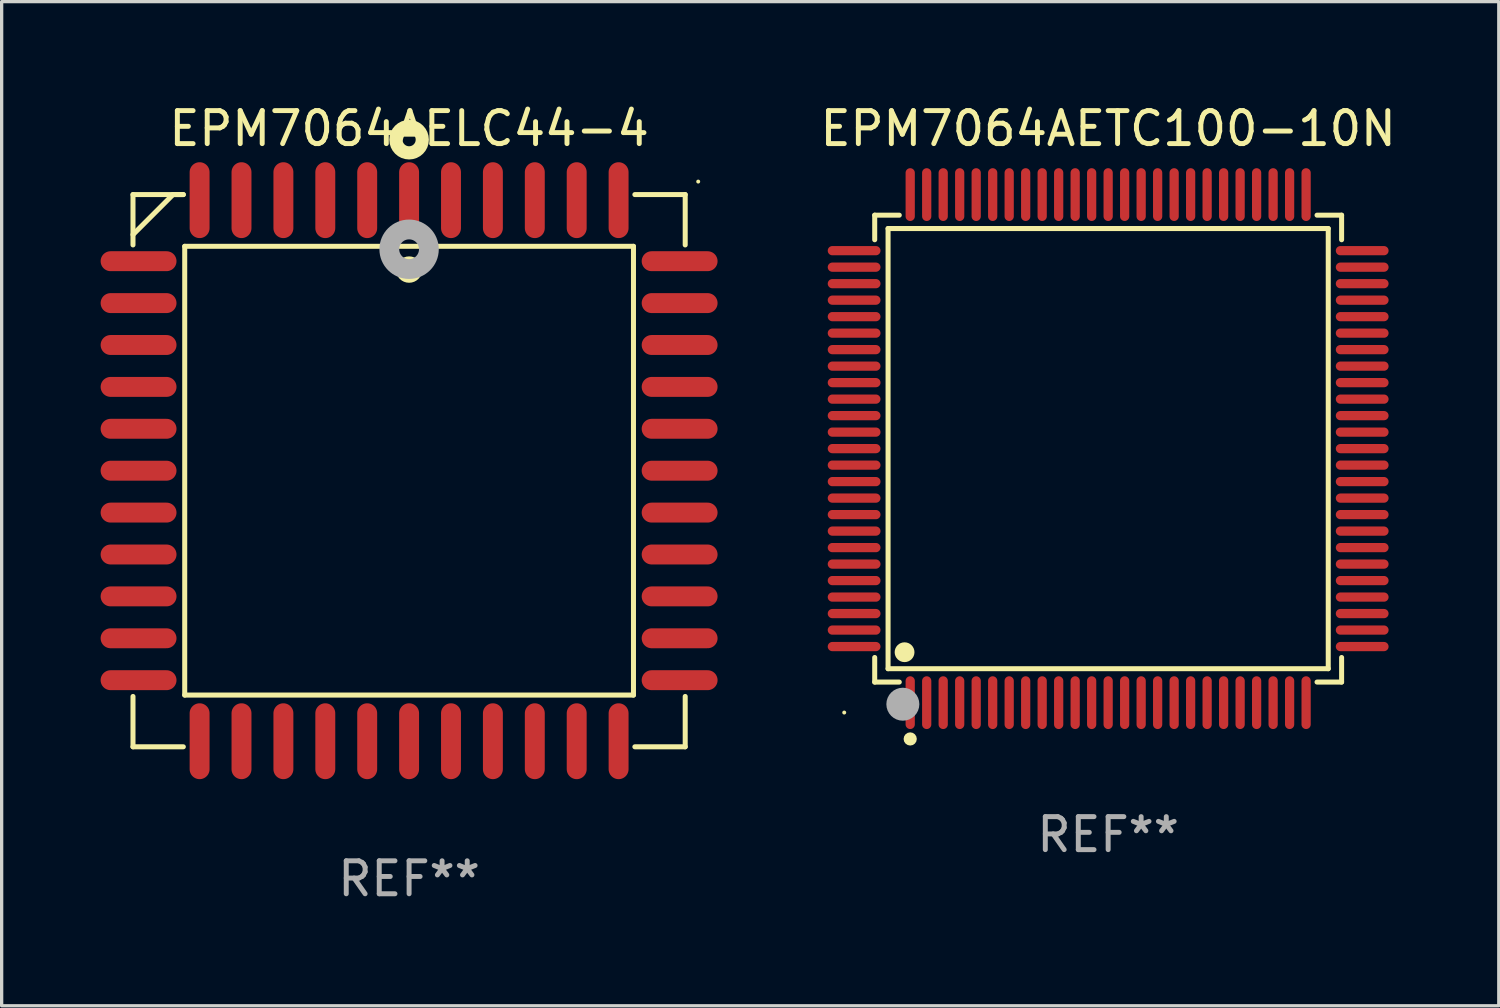
<source format=kicad_pcb>
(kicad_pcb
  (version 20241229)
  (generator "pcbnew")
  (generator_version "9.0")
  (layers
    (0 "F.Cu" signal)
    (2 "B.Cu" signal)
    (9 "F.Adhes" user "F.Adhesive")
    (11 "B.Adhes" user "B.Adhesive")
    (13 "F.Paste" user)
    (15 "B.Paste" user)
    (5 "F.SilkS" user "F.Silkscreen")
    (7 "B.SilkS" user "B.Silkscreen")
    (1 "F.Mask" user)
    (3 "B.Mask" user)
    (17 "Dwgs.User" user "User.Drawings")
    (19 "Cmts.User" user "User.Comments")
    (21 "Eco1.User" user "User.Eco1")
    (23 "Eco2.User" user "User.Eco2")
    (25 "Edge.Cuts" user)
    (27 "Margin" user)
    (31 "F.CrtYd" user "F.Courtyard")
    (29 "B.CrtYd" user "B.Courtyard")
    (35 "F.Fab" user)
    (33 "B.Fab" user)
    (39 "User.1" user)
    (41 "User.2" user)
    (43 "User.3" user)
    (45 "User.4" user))
  (footprint "EPM7064AELC44-4"
    (layer "F.Cu")
    (at 9.35 11.217)
    (property "Reference" "EPM7064AELC44-4" (at 0 -10.369 0) (layer "F.SilkS") (effects (font (size 1 1) (thickness 0.15))))
    (attr through_hole)
    (fp_line (start -8.369 -8.369) (end -8.369 -6.843) (stroke (width 0.152) (type solid)) (layer "F.SilkS"))
    (fp_line (start -8.369 8.369) (end -8.369 6.843) (stroke (width 0.152) (type solid)) (layer "F.SilkS"))
    (fp_line (start -7.156 -8.369) (end -8.369 -7.156) (stroke (width 0.152) (type solid)) (layer "F.SilkS"))
    (fp_line (start -6.843 -8.369) (end -8.369 -8.369) (stroke (width 0.152) (type solid)) (layer "F.SilkS"))
    (fp_line (start -6.843 -8.369) (end -7.156 -8.369) (stroke (width 0.152) (type solid)) (layer "F.SilkS"))
    (fp_line (start -6.843 8.369) (end -8.369 8.369) (stroke (width 0.152) (type solid)) (layer "F.SilkS"))
    (fp_line (start -6.801 -6.801) (end 6.801 -6.801) (stroke (width 0.152) (type solid)) (layer "F.SilkS"))
    (fp_line (start -6.801 6.801) (end -6.801 -6.801) (stroke (width 0.152) (type solid)) (layer "F.SilkS"))
    (fp_line (start 6.801 -6.801) (end 6.801 6.801) (stroke (width 0.152) (type solid)) (layer "F.SilkS"))
    (fp_line (start 6.801 6.801) (end -6.801 6.801) (stroke (width 0.152) (type solid)) (layer "F.SilkS"))
    (fp_line (start 6.843 -8.369) (end 8.369 -8.369) (stroke (width 0.152) (type solid)) (layer "F.SilkS"))
    (fp_line (start 6.843 8.369) (end 8.369 8.369) (stroke (width 0.152) (type solid)) (layer "F.SilkS"))
    (fp_line (start 8.369 -8.369) (end 8.369 -6.843) (stroke (width 0.152) (type solid)) (layer "F.SilkS"))
    (fp_line (start 8.369 8.369) (end 8.369 6.843) (stroke (width 0.152) (type solid)) (layer "F.SilkS"))
    (fp_circle (center -0.000013 -6.096) (end 0.2 -6.096) (stroke (width 0.4) (type solid)) (fill no) (layer "F.SilkS"))
    (fp_circle (center 0.000114 -10.033) (end 0.2 -10.033) (stroke (width 0.4) (type solid)) (fill no) (layer "F.SilkS"))
    (fp_circle (center 8.763 -8.763) (end 8.793 -8.763) (stroke (width 0.06) (type solid)) (fill no) (layer "F.SilkS"))
    (fp_circle (center 0.000114 -6.712) (end 0.3 -6.712) (stroke (width 0.6) (type solid)) (fill no) (layer "F.Fab"))
    (fp_text user "REF**" (at 0 12.369 0) (layer "F.Fab") (effects (font (size 1 1) (thickness 0.15))))
    (pad "1" smd oval (at 0.000114 -8.2) (size 0.604 2.3) (layers "F.Cu" "F.Mask" "F.Paste"))
    (pad "2" smd oval (at -1.27 -8.2) (size 0.604 2.3) (layers "F.Cu" "F.Mask" "F.Paste"))
    (pad "3" smd oval (at -2.54 -8.2) (size 0.604 2.3) (layers "F.Cu" "F.Mask" "F.Paste"))
    (pad "4" smd oval (at -3.81 -8.2) (size 0.604 2.3) (layers "F.Cu" "F.Mask" "F.Paste"))
    (pad "5" smd oval (at -5.08 -8.2) (size 0.604 2.3) (layers "F.Cu" "F.Mask" "F.Paste"))
    (pad "6" smd oval (at -6.35 -8.2) (size 0.604 2.3) (layers "F.Cu" "F.Mask" "F.Paste"))
    (pad "7" smd oval (at -8.2 -6.35) (size 2.3 0.604) (layers "F.Cu" "F.Mask" "F.Paste"))
    (pad "8" smd oval (at -8.2 -5.08) (size 2.3 0.604) (layers "F.Cu" "F.Mask" "F.Paste"))
    (pad "9" smd oval (at -8.2 -3.81) (size 2.3 0.604) (layers "F.Cu" "F.Mask" "F.Paste"))
    (pad "10" smd oval (at -8.2 -2.54) (size 2.3 0.604) (layers "F.Cu" "F.Mask" "F.Paste"))
    (pad "11" smd oval (at -8.2 -1.27) (size 2.3 0.604) (layers "F.Cu" "F.Mask" "F.Paste"))
    (pad "12" smd oval (at -8.2 0.000127) (size 2.3 0.604) (layers "F.Cu" "F.Mask" "F.Paste"))
    (pad "13" smd oval (at -8.2 1.27) (size 2.3 0.604) (layers "F.Cu" "F.Mask" "F.Paste"))
    (pad "14" smd oval (at -8.2 2.54) (size 2.3 0.604) (layers "F.Cu" "F.Mask" "F.Paste"))
    (pad "15" smd oval (at -8.2 3.81) (size 2.3 0.604) (layers "F.Cu" "F.Mask" "F.Paste"))
    (pad "16" smd oval (at -8.2 5.08) (size 2.3 0.604) (layers "F.Cu" "F.Mask" "F.Paste"))
    (pad "17" smd oval (at -8.2 6.35) (size 2.3 0.604) (layers "F.Cu" "F.Mask" "F.Paste"))
    (pad "18" smd oval (at -6.35 8.2) (size 0.604 2.3) (layers "F.Cu" "F.Mask" "F.Paste"))
    (pad "19" smd oval (at -5.08 8.2) (size 0.604 2.3) (layers "F.Cu" "F.Mask" "F.Paste"))
    (pad "20" smd oval (at -3.81 8.2) (size 0.604 2.3) (layers "F.Cu" "F.Mask" "F.Paste"))
    (pad "21" smd oval (at -2.54 8.2) (size 0.604 2.3) (layers "F.Cu" "F.Mask" "F.Paste"))
    (pad "22" smd oval (at -1.27 8.2) (size 0.604 2.3) (layers "F.Cu" "F.Mask" "F.Paste"))
    (pad "23" smd oval (at 0.000114 8.2) (size 0.604 2.3) (layers "F.Cu" "F.Mask" "F.Paste"))
    (pad "24" smd oval (at 1.27 8.2) (size 0.604 2.3) (layers "F.Cu" "F.Mask" "F.Paste"))
    (pad "25" smd oval (at 2.54 8.2) (size 0.604 2.3) (layers "F.Cu" "F.Mask" "F.Paste"))
    (pad "26" smd oval (at 3.81 8.2) (size 0.604 2.3) (layers "F.Cu" "F.Mask" "F.Paste"))
    (pad "27" smd oval (at 5.08 8.2) (size 0.604 2.3) (layers "F.Cu" "F.Mask" "F.Paste"))
    (pad "28" smd oval (at 6.35 8.2) (size 0.604 2.3) (layers "F.Cu" "F.Mask" "F.Paste"))
    (pad "29" smd oval (at 8.2 6.35) (size 2.3 0.604) (layers "F.Cu" "F.Mask" "F.Paste"))
    (pad "30" smd oval (at 8.2 5.08) (size 2.3 0.604) (layers "F.Cu" "F.Mask" "F.Paste"))
    (pad "31" smd oval (at 8.2 3.81) (size 2.3 0.604) (layers "F.Cu" "F.Mask" "F.Paste"))
    (pad "32" smd oval (at 8.2 2.54) (size 2.3 0.604) (layers "F.Cu" "F.Mask" "F.Paste"))
    (pad "33" smd oval (at 8.2 1.27) (size 2.3 0.604) (layers "F.Cu" "F.Mask" "F.Paste"))
    (pad "34" smd oval (at 8.2 0.000127) (size 2.3 0.604) (layers "F.Cu" "F.Mask" "F.Paste"))
    (pad "35" smd oval (at 8.2 -1.27) (size 2.3 0.604) (layers "F.Cu" "F.Mask" "F.Paste"))
    (pad "36" smd oval (at 8.2 -2.54) (size 2.3 0.604) (layers "F.Cu" "F.Mask" "F.Paste"))
    (pad "37" smd oval (at 8.2 -3.81) (size 2.3 0.604) (layers "F.Cu" "F.Mask" "F.Paste"))
    (pad "38" smd oval (at 8.2 -5.08) (size 2.3 0.604) (layers "F.Cu" "F.Mask" "F.Paste"))
    (pad "39" smd oval (at 8.2 -6.35) (size 2.3 0.604) (layers "F.Cu" "F.Mask" "F.Paste"))
    (pad "40" smd oval (at 6.35 -8.2) (size 0.604 2.3) (layers "F.Cu" "F.Mask" "F.Paste"))
    (pad "41" smd oval (at 5.08 -8.2) (size 0.604 2.3) (layers "F.Cu" "F.Mask" "F.Paste"))
    (pad "42" smd oval (at 3.81 -8.2) (size 0.604 2.3) (layers "F.Cu" "F.Mask" "F.Paste"))
    (pad "43" smd oval (at 2.54 -8.2) (size 0.604 2.3) (layers "F.Cu" "F.Mask" "F.Paste"))
    (pad "44" smd oval (at 1.27 -8.2) (size 0.604 2.3) (layers "F.Cu" "F.Mask" "F.Paste")))
  (footprint "EPM7064AETC100-10N"
    (layer "F.Cu")
    (at 30.539 10.548)
    (property "Reference" "EPM7064AETC100-10N" (at 0 -9.7 0) (layer "F.SilkS") (effects (font (size 1 1) (thickness 0.15))))
    (attr through_hole)
    (fp_line (start -7.076 -7.076) (end -6.331 -7.076) (stroke (width 0.152) (type solid)) (layer "F.SilkS"))
    (fp_line (start -7.076 -6.331) (end -7.076 -7.076) (stroke (width 0.152) (type solid)) (layer "F.SilkS"))
    (fp_line (start -7.076 6.331) (end -7.076 7.076) (stroke (width 0.152) (type solid)) (layer "F.SilkS"))
    (fp_line (start -7.076 7.076) (end -6.331 7.076) (stroke (width 0.152) (type solid)) (layer "F.SilkS"))
    (fp_line (start -6.671 -6.671) (end 6.671 -6.671) (stroke (width 0.152) (type solid)) (layer "F.SilkS"))
    (fp_line (start -6.671 6.671) (end -6.671 -6.671) (stroke (width 0.152) (type solid)) (layer "F.SilkS"))
    (fp_line (start 6.671 -6.671) (end 6.671 6.671) (stroke (width 0.152) (type solid)) (layer "F.SilkS"))
    (fp_line (start 6.671 6.671) (end -6.671 6.671) (stroke (width 0.152) (type solid)) (layer "F.SilkS"))
    (fp_line (start 7.076 -7.076) (end 6.331 -7.076) (stroke (width 0.152) (type solid)) (layer "F.SilkS"))
    (fp_line (start 7.076 -6.331) (end 7.076 -7.076) (stroke (width 0.152) (type solid)) (layer "F.SilkS"))
    (fp_line (start 7.076 6.331) (end 7.076 7.076) (stroke (width 0.152) (type solid)) (layer "F.SilkS"))
    (fp_line (start 7.076 7.076) (end 6.331 7.076) (stroke (width 0.152) (type solid)) (layer "F.SilkS"))
    (fp_circle (center -8 8) (end -7.97 8) (stroke (width 0.06) (type solid)) (fill no) (layer "F.SilkS"))
    (fp_circle (center -6.171 6.171) (end -6.021 6.171) (stroke (width 0.3) (type solid)) (fill no) (layer "F.SilkS"))
    (fp_circle (center -6 8.8) (end -5.9 8.8) (stroke (width 0.2) (type solid)) (fill no) (layer "F.SilkS"))
    (fp_circle (center -6.223 7.747) (end -5.973 7.747) (stroke (width 0.5) (type solid)) (fill no) (layer "F.Fab"))
    (fp_text user "REF**" (at 0 11.7 0) (layer "F.Fab") (effects (font (size 1 1) (thickness 0.15))))
    (pad "1" smd oval (at -6 7.7) (size 0.28 1.6) (layers "F.Cu" "F.Mask" "F.Paste"))
    (pad "2" smd oval (at -5.5 7.7) (size 0.28 1.6) (layers "F.Cu" "F.Mask" "F.Paste"))
    (pad "3" smd oval (at -5 7.7) (size 0.28 1.6) (layers "F.Cu" "F.Mask" "F.Paste"))
    (pad "4" smd oval (at -4.5 7.7) (size 0.28 1.6) (layers "F.Cu" "F.Mask" "F.Paste"))
    (pad "5" smd oval (at -4 7.7) (size 0.28 1.6) (layers "F.Cu" "F.Mask" "F.Paste"))
    (pad "6" smd oval (at -3.5 7.7) (size 0.28 1.6) (layers "F.Cu" "F.Mask" "F.Paste"))
    (pad "7" smd oval (at -3 7.7) (size 0.28 1.6) (layers "F.Cu" "F.Mask" "F.Paste"))
    (pad "8" smd oval (at -2.5 7.7) (size 0.28 1.6) (layers "F.Cu" "F.Mask" "F.Paste"))
    (pad "9" smd oval (at -2 7.7) (size 0.28 1.6) (layers "F.Cu" "F.Mask" "F.Paste"))
    (pad "10" smd oval (at -1.5 7.7) (size 0.28 1.6) (layers "F.Cu" "F.Mask" "F.Paste"))
    (pad "11" smd oval (at -1 7.7) (size 0.28 1.6) (layers "F.Cu" "F.Mask" "F.Paste"))
    (pad "12" smd oval (at -0.5 7.7) (size 0.28 1.6) (layers "F.Cu" "F.Mask" "F.Paste"))
    (pad "13" smd oval (at 0 7.7) (size 0.28 1.6) (layers "F.Cu" "F.Mask" "F.Paste"))
    (pad "14" smd oval (at 0.5 7.7) (size 0.28 1.6) (layers "F.Cu" "F.Mask" "F.Paste"))
    (pad "15" smd oval (at 1 7.7) (size 0.28 1.6) (layers "F.Cu" "F.Mask" "F.Paste"))
    (pad "16" smd oval (at 1.5 7.7) (size 0.28 1.6) (layers "F.Cu" "F.Mask" "F.Paste"))
    (pad "17" smd oval (at 2 7.7) (size 0.28 1.6) (layers "F.Cu" "F.Mask" "F.Paste"))
    (pad "18" smd oval (at 2.5 7.7) (size 0.28 1.6) (layers "F.Cu" "F.Mask" "F.Paste"))
    (pad "19" smd oval (at 3 7.7) (size 0.28 1.6) (layers "F.Cu" "F.Mask" "F.Paste"))
    (pad "20" smd oval (at 3.5 7.7) (size 0.28 1.6) (layers "F.Cu" "F.Mask" "F.Paste"))
    (pad "21" smd oval (at 4 7.7) (size 0.28 1.6) (layers "F.Cu" "F.Mask" "F.Paste"))
    (pad "22" smd oval (at 4.5 7.7) (size 0.28 1.6) (layers "F.Cu" "F.Mask" "F.Paste"))
    (pad "23" smd oval (at 5 7.7) (size 0.28 1.6) (layers "F.Cu" "F.Mask" "F.Paste"))
    (pad "24" smd oval (at 5.5 7.7) (size 0.28 1.6) (layers "F.Cu" "F.Mask" "F.Paste"))
    (pad "25" smd oval (at 6 7.7) (size 0.28 1.6) (layers "F.Cu" "F.Mask" "F.Paste"))
    (pad "26" smd oval (at 7.7 6) (size 1.6 0.28) (layers "F.Cu" "F.Mask" "F.Paste"))
    (pad "27" smd oval (at 7.7 5.5) (size 1.6 0.28) (layers "F.Cu" "F.Mask" "F.Paste"))
    (pad "28" smd oval (at 7.7 5) (size 1.6 0.28) (layers "F.Cu" "F.Mask" "F.Paste"))
    (pad "29" smd oval (at 7.7 4.5) (size 1.6 0.28) (layers "F.Cu" "F.Mask" "F.Paste"))
    (pad "30" smd oval (at 7.7 4) (size 1.6 0.28) (layers "F.Cu" "F.Mask" "F.Paste"))
    (pad "31" smd oval (at 7.7 3.5) (size 1.6 0.28) (layers "F.Cu" "F.Mask" "F.Paste"))
    (pad "32" smd oval (at 7.7 3) (size 1.6 0.28) (layers "F.Cu" "F.Mask" "F.Paste"))
    (pad "33" smd oval (at 7.7 2.5) (size 1.6 0.28) (layers "F.Cu" "F.Mask" "F.Paste"))
    (pad "34" smd oval (at 7.7 2) (size 1.6 0.28) (layers "F.Cu" "F.Mask" "F.Paste"))
    (pad "35" smd oval (at 7.7 1.5) (size 1.6 0.28) (layers "F.Cu" "F.Mask" "F.Paste"))
    (pad "36" smd oval (at 7.7 1) (size 1.6 0.28) (layers "F.Cu" "F.Mask" "F.Paste"))
    (pad "37" smd oval (at 7.7 0.5) (size 1.6 0.28) (layers "F.Cu" "F.Mask" "F.Paste"))
    (pad "38" smd oval (at 7.7 0) (size 1.6 0.28) (layers "F.Cu" "F.Mask" "F.Paste"))
    (pad "39" smd oval (at 7.7 -0.5) (size 1.6 0.28) (layers "F.Cu" "F.Mask" "F.Paste"))
    (pad "40" smd oval (at 7.7 -1) (size 1.6 0.28) (layers "F.Cu" "F.Mask" "F.Paste"))
    (pad "41" smd oval (at 7.7 -1.5) (size 1.6 0.28) (layers "F.Cu" "F.Mask" "F.Paste"))
    (pad "42" smd oval (at 7.7 -2) (size 1.6 0.28) (layers "F.Cu" "F.Mask" "F.Paste"))
    (pad "43" smd oval (at 7.7 -2.5) (size 1.6 0.28) (layers "F.Cu" "F.Mask" "F.Paste"))
    (pad "44" smd oval (at 7.7 -3) (size 1.6 0.28) (layers "F.Cu" "F.Mask" "F.Paste"))
    (pad "45" smd oval (at 7.7 -3.5) (size 1.6 0.28) (layers "F.Cu" "F.Mask" "F.Paste"))
    (pad "46" smd oval (at 7.7 -4) (size 1.6 0.28) (layers "F.Cu" "F.Mask" "F.Paste"))
    (pad "47" smd oval (at 7.7 -4.5) (size 1.6 0.28) (layers "F.Cu" "F.Mask" "F.Paste"))
    (pad "48" smd oval (at 7.7 -5) (size 1.6 0.28) (layers "F.Cu" "F.Mask" "F.Paste"))
    (pad "49" smd oval (at 7.7 -5.5) (size 1.6 0.28) (layers "F.Cu" "F.Mask" "F.Paste"))
    (pad "50" smd oval (at 7.7 -6) (size 1.6 0.28) (layers "F.Cu" "F.Mask" "F.Paste"))
    (pad "51" smd oval (at 6 -7.7) (size 0.28 1.6) (layers "F.Cu" "F.Mask" "F.Paste"))
    (pad "52" smd oval (at 5.5 -7.7) (size 0.28 1.6) (layers "F.Cu" "F.Mask" "F.Paste"))
    (pad "53" smd oval (at 5 -7.7) (size 0.28 1.6) (layers "F.Cu" "F.Mask" "F.Paste"))
    (pad "54" smd oval (at 4.5 -7.7) (size 0.28 1.6) (layers "F.Cu" "F.Mask" "F.Paste"))
    (pad "55" smd oval (at 4 -7.7) (size 0.28 1.6) (layers "F.Cu" "F.Mask" "F.Paste"))
    (pad "56" smd oval (at 3.5 -7.7) (size 0.28 1.6) (layers "F.Cu" "F.Mask" "F.Paste"))
    (pad "57" smd oval (at 3 -7.7) (size 0.28 1.6) (layers "F.Cu" "F.Mask" "F.Paste"))
    (pad "58" smd oval (at 2.5 -7.7) (size 0.28 1.6) (layers "F.Cu" "F.Mask" "F.Paste"))
    (pad "59" smd oval (at 2 -7.7) (size 0.28 1.6) (layers "F.Cu" "F.Mask" "F.Paste"))
    (pad "60" smd oval (at 1.5 -7.7) (size 0.28 1.6) (layers "F.Cu" "F.Mask" "F.Paste"))
    (pad "61" smd oval (at 1 -7.7) (size 0.28 1.6) (layers "F.Cu" "F.Mask" "F.Paste"))
    (pad "62" smd oval (at 0.5 -7.7) (size 0.28 1.6) (layers "F.Cu" "F.Mask" "F.Paste"))
    (pad "63" smd oval (at 0 -7.7) (size 0.28 1.6) (layers "F.Cu" "F.Mask" "F.Paste"))
    (pad "64" smd oval (at -0.5 -7.7) (size 0.28 1.6) (layers "F.Cu" "F.Mask" "F.Paste"))
    (pad "65" smd oval (at -1 -7.7) (size 0.28 1.6) (layers "F.Cu" "F.Mask" "F.Paste"))
    (pad "66" smd oval (at -1.5 -7.7) (size 0.28 1.6) (layers "F.Cu" "F.Mask" "F.Paste"))
    (pad "67" smd oval (at -2 -7.7) (size 0.28 1.6) (layers "F.Cu" "F.Mask" "F.Paste"))
    (pad "68" smd oval (at -2.5 -7.7) (size 0.28 1.6) (layers "F.Cu" "F.Mask" "F.Paste"))
    (pad "69" smd oval (at -3 -7.7) (size 0.28 1.6) (layers "F.Cu" "F.Mask" "F.Paste"))
    (pad "70" smd oval (at -3.5 -7.7) (size 0.28 1.6) (layers "F.Cu" "F.Mask" "F.Paste"))
    (pad "71" smd oval (at -4 -7.7) (size 0.28 1.6) (layers "F.Cu" "F.Mask" "F.Paste"))
    (pad "72" smd oval (at -4.5 -7.7) (size 0.28 1.6) (layers "F.Cu" "F.Mask" "F.Paste"))
    (pad "73" smd oval (at -5 -7.7) (size 0.28 1.6) (layers "F.Cu" "F.Mask" "F.Paste"))
    (pad "74" smd oval (at -5.5 -7.7) (size 0.28 1.6) (layers "F.Cu" "F.Mask" "F.Paste"))
    (pad "75" smd oval (at -6 -7.7) (size 0.28 1.6) (layers "F.Cu" "F.Mask" "F.Paste"))
    (pad "76" smd oval (at -7.7 -6) (size 1.6 0.28) (layers "F.Cu" "F.Mask" "F.Paste"))
    (pad "77" smd oval (at -7.7 -5.5) (size 1.6 0.28) (layers "F.Cu" "F.Mask" "F.Paste"))
    (pad "78" smd oval (at -7.7 -5) (size 1.6 0.28) (layers "F.Cu" "F.Mask" "F.Paste"))
    (pad "79" smd oval (at -7.7 -4.5) (size 1.6 0.28) (layers "F.Cu" "F.Mask" "F.Paste"))
    (pad "80" smd oval (at -7.7 -4) (size 1.6 0.28) (layers "F.Cu" "F.Mask" "F.Paste"))
    (pad "81" smd oval (at -7.7 -3.5) (size 1.6 0.28) (layers "F.Cu" "F.Mask" "F.Paste"))
    (pad "82" smd oval (at -7.7 -3) (size 1.6 0.28) (layers "F.Cu" "F.Mask" "F.Paste"))
    (pad "83" smd oval (at -7.7 -2.5) (size 1.6 0.28) (layers "F.Cu" "F.Mask" "F.Paste"))
    (pad "84" smd oval (at -7.7 -2) (size 1.6 0.28) (layers "F.Cu" "F.Mask" "F.Paste"))
    (pad "85" smd oval (at -7.7 -1.5) (size 1.6 0.28) (layers "F.Cu" "F.Mask" "F.Paste"))
    (pad "86" smd oval (at -7.7 -1) (size 1.6 0.28) (layers "F.Cu" "F.Mask" "F.Paste"))
    (pad "87" smd oval (at -7.7 -0.5) (size 1.6 0.28) (layers "F.Cu" "F.Mask" "F.Paste"))
    (pad "88" smd oval (at -7.7 0) (size 1.6 0.28) (layers "F.Cu" "F.Mask" "F.Paste"))
    (pad "89" smd oval (at -7.7 0.5) (size 1.6 0.28) (layers "F.Cu" "F.Mask" "F.Paste"))
    (pad "90" smd oval (at -7.7 1) (size 1.6 0.28) (layers "F.Cu" "F.Mask" "F.Paste"))
    (pad "91" smd oval (at -7.7 1.5) (size 1.6 0.28) (layers "F.Cu" "F.Mask" "F.Paste"))
    (pad "92" smd oval (at -7.7 2) (size 1.6 0.28) (layers "F.Cu" "F.Mask" "F.Paste"))
    (pad "93" smd oval (at -7.7 2.5) (size 1.6 0.28) (layers "F.Cu" "F.Mask" "F.Paste"))
    (pad "94" smd oval (at -7.7 3) (size 1.6 0.28) (layers "F.Cu" "F.Mask" "F.Paste"))
    (pad "95" smd oval (at -7.7 3.5) (size 1.6 0.28) (layers "F.Cu" "F.Mask" "F.Paste"))
    (pad "96" smd oval (at -7.7 4) (size 1.6 0.28) (layers "F.Cu" "F.Mask" "F.Paste"))
    (pad "97" smd oval (at -7.7 4.5) (size 1.6 0.28) (layers "F.Cu" "F.Mask" "F.Paste"))
    (pad "98" smd oval (at -7.7 5) (size 1.6 0.28) (layers "F.Cu" "F.Mask" "F.Paste"))
    (pad "99" smd oval (at -7.7 5.5) (size 1.6 0.28) (layers "F.Cu" "F.Mask" "F.Paste"))
    (pad "100" smd oval (at -7.7 6) (size 1.6 0.28) (layers "F.Cu" "F.Mask" "F.Paste")))
  (gr_rect
    (start -3 -3)
    (end 42.379 27.435)
    (stroke (width 0.1) (type default))
    (fill no)
    (layer "Edge.Cuts")))
</source>
